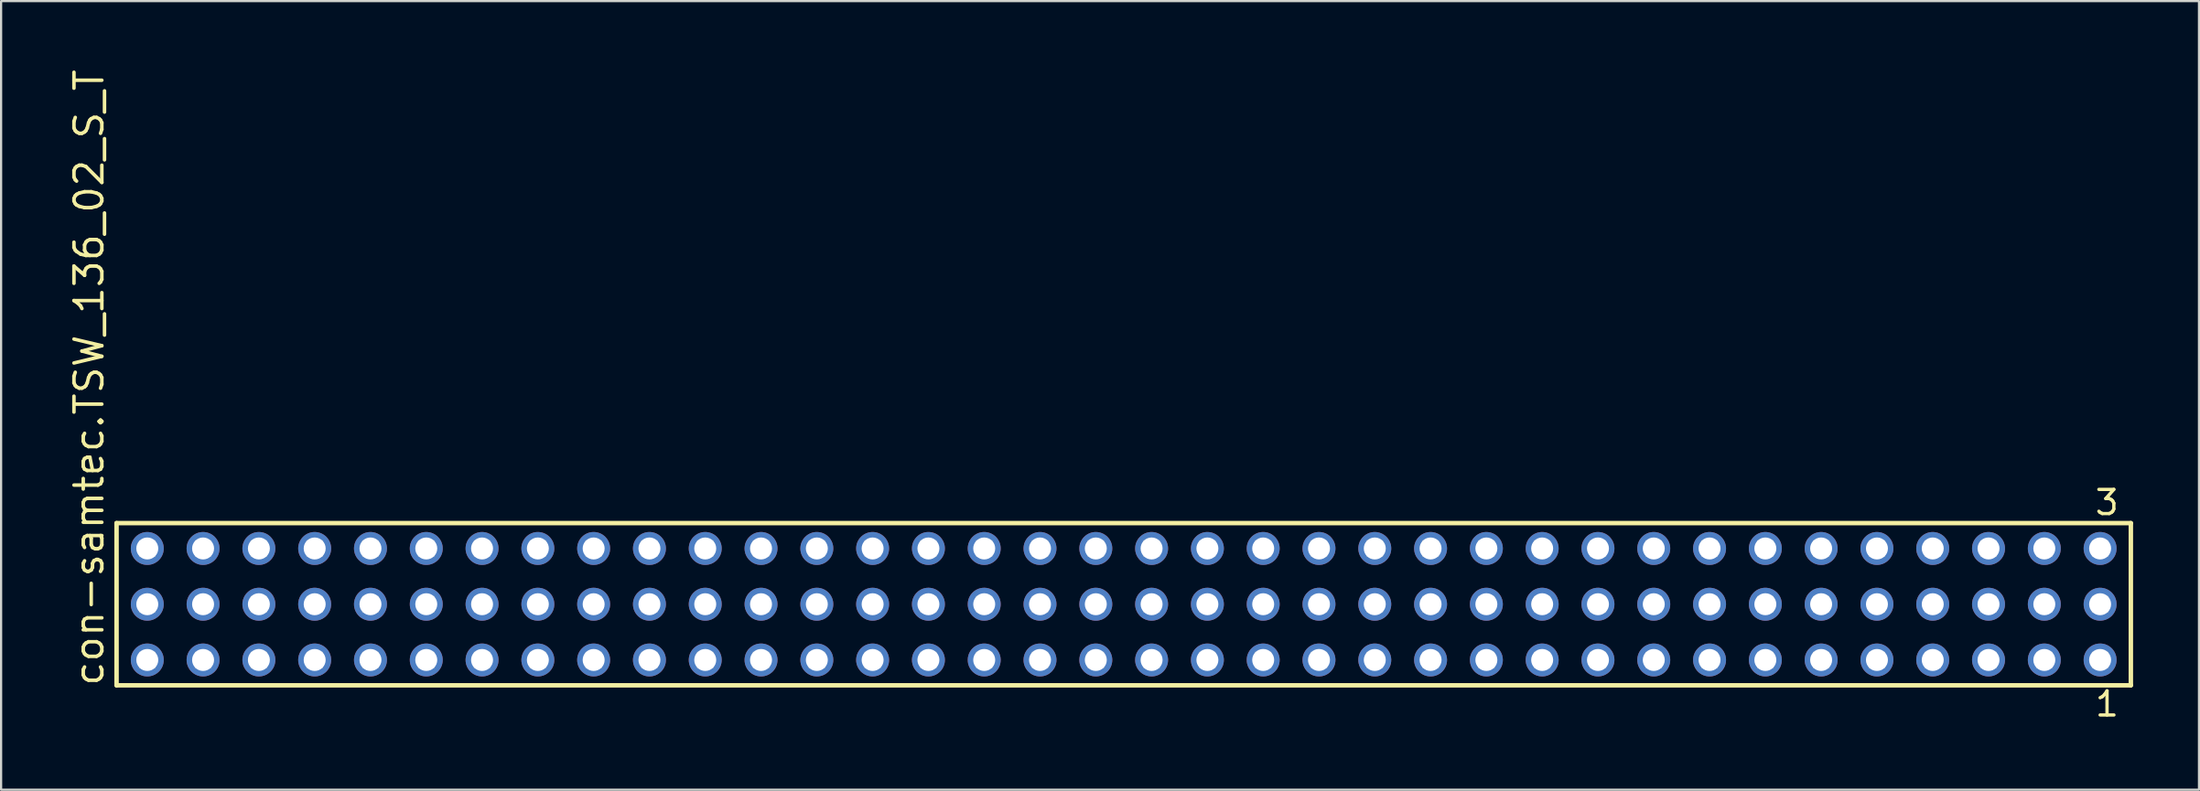
<source format=kicad_pcb>
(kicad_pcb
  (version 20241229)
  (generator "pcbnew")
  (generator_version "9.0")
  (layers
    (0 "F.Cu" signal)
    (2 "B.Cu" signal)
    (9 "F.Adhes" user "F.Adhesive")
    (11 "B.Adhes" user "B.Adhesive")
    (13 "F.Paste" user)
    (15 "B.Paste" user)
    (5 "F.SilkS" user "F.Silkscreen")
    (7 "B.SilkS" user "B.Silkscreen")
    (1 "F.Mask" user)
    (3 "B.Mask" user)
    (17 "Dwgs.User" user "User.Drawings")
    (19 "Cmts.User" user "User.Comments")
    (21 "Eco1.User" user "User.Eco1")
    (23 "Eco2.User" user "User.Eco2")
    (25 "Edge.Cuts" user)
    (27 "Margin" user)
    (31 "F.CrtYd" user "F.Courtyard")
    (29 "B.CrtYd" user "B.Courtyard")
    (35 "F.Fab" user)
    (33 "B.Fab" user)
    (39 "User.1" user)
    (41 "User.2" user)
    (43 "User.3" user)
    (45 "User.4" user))
  (footprint "con-samtec.TSW_136_02_S_T"
    (layer "F.Cu")
    (at 48.105 24.477)
    (property "Reference" "con-samtec.TSW_136_02_S_T" (at -46.355 3.81 90) (layer "F.SilkS") (effects (font (size 1.27 1.27) (thickness 0.16)) (justify left bottom)))
    (attr through_hole)
    (fp_line (start -45.849 -3.695) (end 45.849 -3.695) (stroke (width 0.203) (type default)) (layer "F.SilkS"))
    (fp_line (start -45.849 3.695) (end -45.849 -3.695) (stroke (width 0.203) (type default)) (layer "F.SilkS"))
    (fp_line (start 45.849 -3.695) (end 45.849 3.695) (stroke (width 0.203) (type default)) (layer "F.SilkS"))
    (fp_line (start 45.849 3.695) (end -45.849 3.695) (stroke (width 0.203) (type default)) (layer "F.SilkS"))
    (fp_rect (start -44.8 -2.19) (end -44.1 -2.89) (stroke (width 0.05) (type default)) (fill no) (layer "F.Fab"))
    (fp_rect (start -44.8 0.35) (end -44.1 -0.35) (stroke (width 0.05) (type default)) (fill no) (layer "F.Fab"))
    (fp_rect (start -44.8 2.89) (end -44.1 2.19) (stroke (width 0.05) (type default)) (fill no) (layer "F.Fab"))
    (fp_rect (start -42.26 -2.19) (end -41.56 -2.89) (stroke (width 0.05) (type default)) (fill no) (layer "F.Fab"))
    (fp_rect (start -42.26 0.35) (end -41.56 -0.35) (stroke (width 0.05) (type default)) (fill no) (layer "F.Fab"))
    (fp_rect (start -42.26 2.89) (end -41.56 2.19) (stroke (width 0.05) (type default)) (fill no) (layer "F.Fab"))
    (fp_rect (start -39.72 -2.19) (end -39.02 -2.89) (stroke (width 0.05) (type default)) (fill no) (layer "F.Fab"))
    (fp_rect (start -39.72 0.35) (end -39.02 -0.35) (stroke (width 0.05) (type default)) (fill no) (layer "F.Fab"))
    (fp_rect (start -39.72 2.89) (end -39.02 2.19) (stroke (width 0.05) (type default)) (fill no) (layer "F.Fab"))
    (fp_rect (start -37.18 -2.19) (end -36.48 -2.89) (stroke (width 0.05) (type default)) (fill no) (layer "F.Fab"))
    (fp_rect (start -37.18 0.35) (end -36.48 -0.35) (stroke (width 0.05) (type default)) (fill no) (layer "F.Fab"))
    (fp_rect (start -37.18 2.89) (end -36.48 2.19) (stroke (width 0.05) (type default)) (fill no) (layer "F.Fab"))
    (fp_rect (start -34.64 -2.19) (end -33.94 -2.89) (stroke (width 0.05) (type default)) (fill no) (layer "F.Fab"))
    (fp_rect (start -34.64 0.35) (end -33.94 -0.35) (stroke (width 0.05) (type default)) (fill no) (layer "F.Fab"))
    (fp_rect (start -34.64 2.89) (end -33.94 2.19) (stroke (width 0.05) (type default)) (fill no) (layer "F.Fab"))
    (fp_rect (start -32.1 -2.19) (end -31.4 -2.89) (stroke (width 0.05) (type default)) (fill no) (layer "F.Fab"))
    (fp_rect (start -32.1 0.35) (end -31.4 -0.35) (stroke (width 0.05) (type default)) (fill no) (layer "F.Fab"))
    (fp_rect (start -32.1 2.89) (end -31.4 2.19) (stroke (width 0.05) (type default)) (fill no) (layer "F.Fab"))
    (fp_rect (start -29.56 -2.19) (end -28.86 -2.89) (stroke (width 0.05) (type default)) (fill no) (layer "F.Fab"))
    (fp_rect (start -29.56 0.35) (end -28.86 -0.35) (stroke (width 0.05) (type default)) (fill no) (layer "F.Fab"))
    (fp_rect (start -29.56 2.89) (end -28.86 2.19) (stroke (width 0.05) (type default)) (fill no) (layer "F.Fab"))
    (fp_rect (start -27.02 -2.19) (end -26.32 -2.89) (stroke (width 0.05) (type default)) (fill no) (layer "F.Fab"))
    (fp_rect (start -27.02 0.35) (end -26.32 -0.35) (stroke (width 0.05) (type default)) (fill no) (layer "F.Fab"))
    (fp_rect (start -27.02 2.89) (end -26.32 2.19) (stroke (width 0.05) (type default)) (fill no) (layer "F.Fab"))
    (fp_rect (start -24.48 -2.19) (end -23.78 -2.89) (stroke (width 0.05) (type default)) (fill no) (layer "F.Fab"))
    (fp_rect (start -24.48 0.35) (end -23.78 -0.35) (stroke (width 0.05) (type default)) (fill no) (layer "F.Fab"))
    (fp_rect (start -24.48 2.89) (end -23.78 2.19) (stroke (width 0.05) (type default)) (fill no) (layer "F.Fab"))
    (fp_rect (start -21.94 -2.19) (end -21.24 -2.89) (stroke (width 0.05) (type default)) (fill no) (layer "F.Fab"))
    (fp_rect (start -21.94 0.35) (end -21.24 -0.35) (stroke (width 0.05) (type default)) (fill no) (layer "F.Fab"))
    (fp_rect (start -21.94 2.89) (end -21.24 2.19) (stroke (width 0.05) (type default)) (fill no) (layer "F.Fab"))
    (fp_rect (start -19.4 -2.19) (end -18.7 -2.89) (stroke (width 0.05) (type default)) (fill no) (layer "F.Fab"))
    (fp_rect (start -19.4 0.35) (end -18.7 -0.35) (stroke (width 0.05) (type default)) (fill no) (layer "F.Fab"))
    (fp_rect (start -19.4 2.89) (end -18.7 2.19) (stroke (width 0.05) (type default)) (fill no) (layer "F.Fab"))
    (fp_rect (start -16.86 -2.19) (end -16.16 -2.89) (stroke (width 0.05) (type default)) (fill no) (layer "F.Fab"))
    (fp_rect (start -16.86 0.35) (end -16.16 -0.35) (stroke (width 0.05) (type default)) (fill no) (layer "F.Fab"))
    (fp_rect (start -16.86 2.89) (end -16.16 2.19) (stroke (width 0.05) (type default)) (fill no) (layer "F.Fab"))
    (fp_rect (start -14.32 -2.19) (end -13.62 -2.89) (stroke (width 0.05) (type default)) (fill no) (layer "F.Fab"))
    (fp_rect (start -14.32 0.35) (end -13.62 -0.35) (stroke (width 0.05) (type default)) (fill no) (layer "F.Fab"))
    (fp_rect (start -14.32 2.89) (end -13.62 2.19) (stroke (width 0.05) (type default)) (fill no) (layer "F.Fab"))
    (fp_rect (start -11.78 -2.19) (end -11.08 -2.89) (stroke (width 0.05) (type default)) (fill no) (layer "F.Fab"))
    (fp_rect (start -11.78 0.35) (end -11.08 -0.35) (stroke (width 0.05) (type default)) (fill no) (layer "F.Fab"))
    (fp_rect (start -11.78 2.89) (end -11.08 2.19) (stroke (width 0.05) (type default)) (fill no) (layer "F.Fab"))
    (fp_rect (start -9.24 -2.19) (end -8.54 -2.89) (stroke (width 0.05) (type default)) (fill no) (layer "F.Fab"))
    (fp_rect (start -9.24 0.35) (end -8.54 -0.35) (stroke (width 0.05) (type default)) (fill no) (layer "F.Fab"))
    (fp_rect (start -9.24 2.89) (end -8.54 2.19) (stroke (width 0.05) (type default)) (fill no) (layer "F.Fab"))
    (fp_rect (start -6.7 -2.19) (end -6 -2.89) (stroke (width 0.05) (type default)) (fill no) (layer "F.Fab"))
    (fp_rect (start -6.7 0.35) (end -6 -0.35) (stroke (width 0.05) (type default)) (fill no) (layer "F.Fab"))
    (fp_rect (start -6.7 2.89) (end -6 2.19) (stroke (width 0.05) (type default)) (fill no) (layer "F.Fab"))
    (fp_rect (start -4.16 -2.19) (end -3.46 -2.89) (stroke (width 0.05) (type default)) (fill no) (layer "F.Fab"))
    (fp_rect (start -4.16 0.35) (end -3.46 -0.35) (stroke (width 0.05) (type default)) (fill no) (layer "F.Fab"))
    (fp_rect (start -4.16 2.89) (end -3.46 2.19) (stroke (width 0.05) (type default)) (fill no) (layer "F.Fab"))
    (fp_rect (start -1.62 -2.19) (end -0.92 -2.89) (stroke (width 0.05) (type default)) (fill no) (layer "F.Fab"))
    (fp_rect (start -1.62 0.35) (end -0.92 -0.35) (stroke (width 0.05) (type default)) (fill no) (layer "F.Fab"))
    (fp_rect (start -1.62 2.89) (end -0.92 2.19) (stroke (width 0.05) (type default)) (fill no) (layer "F.Fab"))
    (fp_rect (start 0.92 -2.19) (end 1.62 -2.89) (stroke (width 0.05) (type default)) (fill no) (layer "F.Fab"))
    (fp_rect (start 0.92 0.35) (end 1.62 -0.35) (stroke (width 0.05) (type default)) (fill no) (layer "F.Fab"))
    (fp_rect (start 0.92 2.89) (end 1.62 2.19) (stroke (width 0.05) (type default)) (fill no) (layer "F.Fab"))
    (fp_rect (start 3.46 -2.19) (end 4.16 -2.89) (stroke (width 0.05) (type default)) (fill no) (layer "F.Fab"))
    (fp_rect (start 3.46 0.35) (end 4.16 -0.35) (stroke (width 0.05) (type default)) (fill no) (layer "F.Fab"))
    (fp_rect (start 3.46 2.89) (end 4.16 2.19) (stroke (width 0.05) (type default)) (fill no) (layer "F.Fab"))
    (fp_rect (start 6 -2.19) (end 6.7 -2.89) (stroke (width 0.05) (type default)) (fill no) (layer "F.Fab"))
    (fp_rect (start 6 0.35) (end 6.7 -0.35) (stroke (width 0.05) (type default)) (fill no) (layer "F.Fab"))
    (fp_rect (start 6 2.89) (end 6.7 2.19) (stroke (width 0.05) (type default)) (fill no) (layer "F.Fab"))
    (fp_rect (start 8.54 -2.19) (end 9.24 -2.89) (stroke (width 0.05) (type default)) (fill no) (layer "F.Fab"))
    (fp_rect (start 8.54 0.35) (end 9.24 -0.35) (stroke (width 0.05) (type default)) (fill no) (layer "F.Fab"))
    (fp_rect (start 8.54 2.89) (end 9.24 2.19) (stroke (width 0.05) (type default)) (fill no) (layer "F.Fab"))
    (fp_rect (start 11.08 -2.19) (end 11.78 -2.89) (stroke (width 0.05) (type default)) (fill no) (layer "F.Fab"))
    (fp_rect (start 11.08 0.35) (end 11.78 -0.35) (stroke (width 0.05) (type default)) (fill no) (layer "F.Fab"))
    (fp_rect (start 11.08 2.89) (end 11.78 2.19) (stroke (width 0.05) (type default)) (fill no) (layer "F.Fab"))
    (fp_rect (start 13.62 -2.19) (end 14.32 -2.89) (stroke (width 0.05) (type default)) (fill no) (layer "F.Fab"))
    (fp_rect (start 13.62 0.35) (end 14.32 -0.35) (stroke (width 0.05) (type default)) (fill no) (layer "F.Fab"))
    (fp_rect (start 13.62 2.89) (end 14.32 2.19) (stroke (width 0.05) (type default)) (fill no) (layer "F.Fab"))
    (fp_rect (start 16.16 -2.19) (end 16.86 -2.89) (stroke (width 0.05) (type default)) (fill no) (layer "F.Fab"))
    (fp_rect (start 16.16 0.35) (end 16.86 -0.35) (stroke (width 0.05) (type default)) (fill no) (layer "F.Fab"))
    (fp_rect (start 16.16 2.89) (end 16.86 2.19) (stroke (width 0.05) (type default)) (fill no) (layer "F.Fab"))
    (fp_rect (start 18.7 -2.19) (end 19.4 -2.89) (stroke (width 0.05) (type default)) (fill no) (layer "F.Fab"))
    (fp_rect (start 18.7 0.35) (end 19.4 -0.35) (stroke (width 0.05) (type default)) (fill no) (layer "F.Fab"))
    (fp_rect (start 18.7 2.89) (end 19.4 2.19) (stroke (width 0.05) (type default)) (fill no) (layer "F.Fab"))
    (fp_rect (start 21.24 -2.19) (end 21.94 -2.89) (stroke (width 0.05) (type default)) (fill no) (layer "F.Fab"))
    (fp_rect (start 21.24 0.35) (end 21.94 -0.35) (stroke (width 0.05) (type default)) (fill no) (layer "F.Fab"))
    (fp_rect (start 21.24 2.89) (end 21.94 2.19) (stroke (width 0.05) (type default)) (fill no) (layer "F.Fab"))
    (fp_rect (start 23.78 -2.19) (end 24.48 -2.89) (stroke (width 0.05) (type default)) (fill no) (layer "F.Fab"))
    (fp_rect (start 23.78 0.35) (end 24.48 -0.35) (stroke (width 0.05) (type default)) (fill no) (layer "F.Fab"))
    (fp_rect (start 23.78 2.89) (end 24.48 2.19) (stroke (width 0.05) (type default)) (fill no) (layer "F.Fab"))
    (fp_rect (start 26.32 -2.19) (end 27.02 -2.89) (stroke (width 0.05) (type default)) (fill no) (layer "F.Fab"))
    (fp_rect (start 26.32 0.35) (end 27.02 -0.35) (stroke (width 0.05) (type default)) (fill no) (layer "F.Fab"))
    (fp_rect (start 26.32 2.89) (end 27.02 2.19) (stroke (width 0.05) (type default)) (fill no) (layer "F.Fab"))
    (fp_rect (start 28.86 -2.19) (end 29.56 -2.89) (stroke (width 0.05) (type default)) (fill no) (layer "F.Fab"))
    (fp_rect (start 28.86 0.35) (end 29.56 -0.35) (stroke (width 0.05) (type default)) (fill no) (layer "F.Fab"))
    (fp_rect (start 28.86 2.89) (end 29.56 2.19) (stroke (width 0.05) (type default)) (fill no) (layer "F.Fab"))
    (fp_rect (start 31.4 -2.19) (end 32.1 -2.89) (stroke (width 0.05) (type default)) (fill no) (layer "F.Fab"))
    (fp_rect (start 31.4 0.35) (end 32.1 -0.35) (stroke (width 0.05) (type default)) (fill no) (layer "F.Fab"))
    (fp_rect (start 31.4 2.89) (end 32.1 2.19) (stroke (width 0.05) (type default)) (fill no) (layer "F.Fab"))
    (fp_rect (start 33.94 -2.19) (end 34.64 -2.89) (stroke (width 0.05) (type default)) (fill no) (layer "F.Fab"))
    (fp_rect (start 33.94 0.35) (end 34.64 -0.35) (stroke (width 0.05) (type default)) (fill no) (layer "F.Fab"))
    (fp_rect (start 33.94 2.89) (end 34.64 2.19) (stroke (width 0.05) (type default)) (fill no) (layer "F.Fab"))
    (fp_rect (start 36.48 -2.19) (end 37.18 -2.89) (stroke (width 0.05) (type default)) (fill no) (layer "F.Fab"))
    (fp_rect (start 36.48 0.35) (end 37.18 -0.35) (stroke (width 0.05) (type default)) (fill no) (layer "F.Fab"))
    (fp_rect (start 36.48 2.89) (end 37.18 2.19) (stroke (width 0.05) (type default)) (fill no) (layer "F.Fab"))
    (fp_rect (start 39.02 -2.19) (end 39.72 -2.89) (stroke (width 0.05) (type default)) (fill no) (layer "F.Fab"))
    (fp_rect (start 39.02 0.35) (end 39.72 -0.35) (stroke (width 0.05) (type default)) (fill no) (layer "F.Fab"))
    (fp_rect (start 39.02 2.89) (end 39.72 2.19) (stroke (width 0.05) (type default)) (fill no) (layer "F.Fab"))
    (fp_rect (start 41.56 -2.19) (end 42.26 -2.89) (stroke (width 0.05) (type default)) (fill no) (layer "F.Fab"))
    (fp_rect (start 41.56 0.35) (end 42.26 -0.35) (stroke (width 0.05) (type default)) (fill no) (layer "F.Fab"))
    (fp_rect (start 41.56 2.89) (end 42.26 2.19) (stroke (width 0.05) (type default)) (fill no) (layer "F.Fab"))
    (fp_rect (start 44.1 -2.19) (end 44.8 -2.89) (stroke (width 0.05) (type default)) (fill no) (layer "F.Fab"))
    (fp_rect (start 44.1 0.35) (end 44.8 -0.35) (stroke (width 0.05) (type default)) (fill no) (layer "F.Fab"))
    (fp_rect (start 44.1 2.89) (end 44.8 2.19) (stroke (width 0.05) (type default)) (fill no) (layer "F.Fab"))
    (fp_text user "3" (at 44.138 -3.989 0) (layer "F.SilkS") (effects (font (size 1.1 1.1) (thickness 0.15)) (justify left bottom)))
    (fp_text user "1" (at 44.142 5.188 0) (layer "F.SilkS") (effects (font (size 1.1 1.1) (thickness 0.15)) (justify left bottom)))
    (pad "1" thru_hole circle (at 44.45 2.54 180) (size 1.5 1.5) (drill 1) (layers "*.Cu" "*.Mask"))
    (pad "2" thru_hole circle (at 44.45 0 180) (size 1.5 1.5) (drill 1) (layers "*.Cu" "*.Mask"))
    (pad "3" thru_hole circle (at 44.45 -2.54 180) (size 1.5 1.5) (drill 1) (layers "*.Cu" "*.Mask"))
    (pad "4" thru_hole circle (at 41.91 2.54 180) (size 1.5 1.5) (drill 1) (layers "*.Cu" "*.Mask"))
    (pad "5" thru_hole circle (at 41.91 0 180) (size 1.5 1.5) (drill 1) (layers "*.Cu" "*.Mask"))
    (pad "6" thru_hole circle (at 41.91 -2.54 180) (size 1.5 1.5) (drill 1) (layers "*.Cu" "*.Mask"))
    (pad "7" thru_hole circle (at 39.37 2.54 180) (size 1.5 1.5) (drill 1) (layers "*.Cu" "*.Mask"))
    (pad "8" thru_hole circle (at 39.37 0 180) (size 1.5 1.5) (drill 1) (layers "*.Cu" "*.Mask"))
    (pad "9" thru_hole circle (at 39.37 -2.54 180) (size 1.5 1.5) (drill 1) (layers "*.Cu" "*.Mask"))
    (pad "10" thru_hole circle (at 36.83 2.54 180) (size 1.5 1.5) (drill 1) (layers "*.Cu" "*.Mask"))
    (pad "11" thru_hole circle (at 36.83 0 180) (size 1.5 1.5) (drill 1) (layers "*.Cu" "*.Mask"))
    (pad "12" thru_hole circle (at 36.83 -2.54 180) (size 1.5 1.5) (drill 1) (layers "*.Cu" "*.Mask"))
    (pad "13" thru_hole circle (at 34.29 2.54 180) (size 1.5 1.5) (drill 1) (layers "*.Cu" "*.Mask"))
    (pad "14" thru_hole circle (at 34.29 0 180) (size 1.5 1.5) (drill 1) (layers "*.Cu" "*.Mask"))
    (pad "15" thru_hole circle (at 34.29 -2.54 180) (size 1.5 1.5) (drill 1) (layers "*.Cu" "*.Mask"))
    (pad "16" thru_hole circle (at 31.75 2.54 180) (size 1.5 1.5) (drill 1) (layers "*.Cu" "*.Mask"))
    (pad "17" thru_hole circle (at 31.75 0 180) (size 1.5 1.5) (drill 1) (layers "*.Cu" "*.Mask"))
    (pad "18" thru_hole circle (at 31.75 -2.54 180) (size 1.5 1.5) (drill 1) (layers "*.Cu" "*.Mask"))
    (pad "19" thru_hole circle (at 29.21 2.54 180) (size 1.5 1.5) (drill 1) (layers "*.Cu" "*.Mask"))
    (pad "20" thru_hole circle (at 29.21 0 180) (size 1.5 1.5) (drill 1) (layers "*.Cu" "*.Mask"))
    (pad "21" thru_hole circle (at 29.21 -2.54 180) (size 1.5 1.5) (drill 1) (layers "*.Cu" "*.Mask"))
    (pad "22" thru_hole circle (at 26.67 2.54 180) (size 1.5 1.5) (drill 1) (layers "*.Cu" "*.Mask"))
    (pad "23" thru_hole circle (at 26.67 0 180) (size 1.5 1.5) (drill 1) (layers "*.Cu" "*.Mask"))
    (pad "24" thru_hole circle (at 26.67 -2.54 180) (size 1.5 1.5) (drill 1) (layers "*.Cu" "*.Mask"))
    (pad "25" thru_hole circle (at 24.13 2.54 180) (size 1.5 1.5) (drill 1) (layers "*.Cu" "*.Mask"))
    (pad "26" thru_hole circle (at 24.13 0 180) (size 1.5 1.5) (drill 1) (layers "*.Cu" "*.Mask"))
    (pad "27" thru_hole circle (at 24.13 -2.54 180) (size 1.5 1.5) (drill 1) (layers "*.Cu" "*.Mask"))
    (pad "28" thru_hole circle (at 21.59 2.54 180) (size 1.5 1.5) (drill 1) (layers "*.Cu" "*.Mask"))
    (pad "29" thru_hole circle (at 21.59 0 180) (size 1.5 1.5) (drill 1) (layers "*.Cu" "*.Mask"))
    (pad "30" thru_hole circle (at 21.59 -2.54 180) (size 1.5 1.5) (drill 1) (layers "*.Cu" "*.Mask"))
    (pad "31" thru_hole circle (at 19.05 2.54 180) (size 1.5 1.5) (drill 1) (layers "*.Cu" "*.Mask"))
    (pad "32" thru_hole circle (at 19.05 0 180) (size 1.5 1.5) (drill 1) (layers "*.Cu" "*.Mask"))
    (pad "33" thru_hole circle (at 19.05 -2.54 180) (size 1.5 1.5) (drill 1) (layers "*.Cu" "*.Mask"))
    (pad "34" thru_hole circle (at 16.51 2.54 180) (size 1.5 1.5) (drill 1) (layers "*.Cu" "*.Mask"))
    (pad "35" thru_hole circle (at 16.51 0 180) (size 1.5 1.5) (drill 1) (layers "*.Cu" "*.Mask"))
    (pad "36" thru_hole circle (at 16.51 -2.54 180) (size 1.5 1.5) (drill 1) (layers "*.Cu" "*.Mask"))
    (pad "37" thru_hole circle (at 13.97 2.54 180) (size 1.5 1.5) (drill 1) (layers "*.Cu" "*.Mask"))
    (pad "38" thru_hole circle (at 13.97 0 180) (size 1.5 1.5) (drill 1) (layers "*.Cu" "*.Mask"))
    (pad "39" thru_hole circle (at 13.97 -2.54 180) (size 1.5 1.5) (drill 1) (layers "*.Cu" "*.Mask"))
    (pad "40" thru_hole circle (at 11.43 2.54 180) (size 1.5 1.5) (drill 1) (layers "*.Cu" "*.Mask"))
    (pad "41" thru_hole circle (at 11.43 0 180) (size 1.5 1.5) (drill 1) (layers "*.Cu" "*.Mask"))
    (pad "42" thru_hole circle (at 11.43 -2.54 180) (size 1.5 1.5) (drill 1) (layers "*.Cu" "*.Mask"))
    (pad "43" thru_hole circle (at 8.89 2.54 180) (size 1.5 1.5) (drill 1) (layers "*.Cu" "*.Mask"))
    (pad "44" thru_hole circle (at 8.89 0 180) (size 1.5 1.5) (drill 1) (layers "*.Cu" "*.Mask"))
    (pad "45" thru_hole circle (at 8.89 -2.54 180) (size 1.5 1.5) (drill 1) (layers "*.Cu" "*.Mask"))
    (pad "46" thru_hole circle (at 6.35 2.54 180) (size 1.5 1.5) (drill 1) (layers "*.Cu" "*.Mask"))
    (pad "47" thru_hole circle (at 6.35 0 180) (size 1.5 1.5) (drill 1) (layers "*.Cu" "*.Mask"))
    (pad "48" thru_hole circle (at 6.35 -2.54 180) (size 1.5 1.5) (drill 1) (layers "*.Cu" "*.Mask"))
    (pad "49" thru_hole circle (at 3.81 2.54 180) (size 1.5 1.5) (drill 1) (layers "*.Cu" "*.Mask"))
    (pad "50" thru_hole circle (at 3.81 0 180) (size 1.5 1.5) (drill 1) (layers "*.Cu" "*.Mask"))
    (pad "51" thru_hole circle (at 3.81 -2.54 180) (size 1.5 1.5) (drill 1) (layers "*.Cu" "*.Mask"))
    (pad "52" thru_hole circle (at 1.27 2.54 180) (size 1.5 1.5) (drill 1) (layers "*.Cu" "*.Mask"))
    (pad "53" thru_hole circle (at 1.27 0 180) (size 1.5 1.5) (drill 1) (layers "*.Cu" "*.Mask"))
    (pad "54" thru_hole circle (at 1.27 -2.54 180) (size 1.5 1.5) (drill 1) (layers "*.Cu" "*.Mask"))
    (pad "55" thru_hole circle (at -1.27 2.54 180) (size 1.5 1.5) (drill 1) (layers "*.Cu" "*.Mask"))
    (pad "56" thru_hole circle (at -1.27 0 180) (size 1.5 1.5) (drill 1) (layers "*.Cu" "*.Mask"))
    (pad "57" thru_hole circle (at -1.27 -2.54 180) (size 1.5 1.5) (drill 1) (layers "*.Cu" "*.Mask"))
    (pad "58" thru_hole circle (at -3.81 2.54 180) (size 1.5 1.5) (drill 1) (layers "*.Cu" "*.Mask"))
    (pad "59" thru_hole circle (at -3.81 0 180) (size 1.5 1.5) (drill 1) (layers "*.Cu" "*.Mask"))
    (pad "60" thru_hole circle (at -3.81 -2.54 180) (size 1.5 1.5) (drill 1) (layers "*.Cu" "*.Mask"))
    (pad "61" thru_hole circle (at -6.35 2.54 180) (size 1.5 1.5) (drill 1) (layers "*.Cu" "*.Mask"))
    (pad "62" thru_hole circle (at -6.35 0 180) (size 1.5 1.5) (drill 1) (layers "*.Cu" "*.Mask"))
    (pad "63" thru_hole circle (at -6.35 -2.54 180) (size 1.5 1.5) (drill 1) (layers "*.Cu" "*.Mask"))
    (pad "64" thru_hole circle (at -8.89 2.54 180) (size 1.5 1.5) (drill 1) (layers "*.Cu" "*.Mask"))
    (pad "65" thru_hole circle (at -8.89 0 180) (size 1.5 1.5) (drill 1) (layers "*.Cu" "*.Mask"))
    (pad "66" thru_hole circle (at -8.89 -2.54 180) (size 1.5 1.5) (drill 1) (layers "*.Cu" "*.Mask"))
    (pad "67" thru_hole circle (at -11.43 2.54 180) (size 1.5 1.5) (drill 1) (layers "*.Cu" "*.Mask"))
    (pad "68" thru_hole circle (at -11.43 0 180) (size 1.5 1.5) (drill 1) (layers "*.Cu" "*.Mask"))
    (pad "69" thru_hole circle (at -11.43 -2.54 180) (size 1.5 1.5) (drill 1) (layers "*.Cu" "*.Mask"))
    (pad "70" thru_hole circle (at -13.97 2.54 180) (size 1.5 1.5) (drill 1) (layers "*.Cu" "*.Mask"))
    (pad "71" thru_hole circle (at -13.97 0 180) (size 1.5 1.5) (drill 1) (layers "*.Cu" "*.Mask"))
    (pad "72" thru_hole circle (at -13.97 -2.54 180) (size 1.5 1.5) (drill 1) (layers "*.Cu" "*.Mask"))
    (pad "73" thru_hole circle (at -16.51 2.54 180) (size 1.5 1.5) (drill 1) (layers "*.Cu" "*.Mask"))
    (pad "74" thru_hole circle (at -16.51 0 180) (size 1.5 1.5) (drill 1) (layers "*.Cu" "*.Mask"))
    (pad "75" thru_hole circle (at -16.51 -2.54 180) (size 1.5 1.5) (drill 1) (layers "*.Cu" "*.Mask"))
    (pad "76" thru_hole circle (at -19.05 2.54 180) (size 1.5 1.5) (drill 1) (layers "*.Cu" "*.Mask"))
    (pad "77" thru_hole circle (at -19.05 0 180) (size 1.5 1.5) (drill 1) (layers "*.Cu" "*.Mask"))
    (pad "78" thru_hole circle (at -19.05 -2.54 180) (size 1.5 1.5) (drill 1) (layers "*.Cu" "*.Mask"))
    (pad "79" thru_hole circle (at -21.59 2.54 180) (size 1.5 1.5) (drill 1) (layers "*.Cu" "*.Mask"))
    (pad "80" thru_hole circle (at -21.59 0 180) (size 1.5 1.5) (drill 1) (layers "*.Cu" "*.Mask"))
    (pad "81" thru_hole circle (at -21.59 -2.54 180) (size 1.5 1.5) (drill 1) (layers "*.Cu" "*.Mask"))
    (pad "82" thru_hole circle (at -24.13 2.54 180) (size 1.5 1.5) (drill 1) (layers "*.Cu" "*.Mask"))
    (pad "83" thru_hole circle (at -24.13 0 180) (size 1.5 1.5) (drill 1) (layers "*.Cu" "*.Mask"))
    (pad "84" thru_hole circle (at -24.13 -2.54 180) (size 1.5 1.5) (drill 1) (layers "*.Cu" "*.Mask"))
    (pad "85" thru_hole circle (at -26.67 2.54 180) (size 1.5 1.5) (drill 1) (layers "*.Cu" "*.Mask"))
    (pad "86" thru_hole circle (at -26.67 0 180) (size 1.5 1.5) (drill 1) (layers "*.Cu" "*.Mask"))
    (pad "87" thru_hole circle (at -26.67 -2.54 180) (size 1.5 1.5) (drill 1) (layers "*.Cu" "*.Mask"))
    (pad "88" thru_hole circle (at -29.21 2.54 180) (size 1.5 1.5) (drill 1) (layers "*.Cu" "*.Mask"))
    (pad "89" thru_hole circle (at -29.21 0 180) (size 1.5 1.5) (drill 1) (layers "*.Cu" "*.Mask"))
    (pad "90" thru_hole circle (at -29.21 -2.54 180) (size 1.5 1.5) (drill 1) (layers "*.Cu" "*.Mask"))
    (pad "91" thru_hole circle (at -31.75 2.54 180) (size 1.5 1.5) (drill 1) (layers "*.Cu" "*.Mask"))
    (pad "92" thru_hole circle (at -31.75 0 180) (size 1.5 1.5) (drill 1) (layers "*.Cu" "*.Mask"))
    (pad "93" thru_hole circle (at -31.75 -2.54 180) (size 1.5 1.5) (drill 1) (layers "*.Cu" "*.Mask"))
    (pad "94" thru_hole circle (at -34.29 2.54 180) (size 1.5 1.5) (drill 1) (layers "*.Cu" "*.Mask"))
    (pad "95" thru_hole circle (at -34.29 0 180) (size 1.5 1.5) (drill 1) (layers "*.Cu" "*.Mask"))
    (pad "96" thru_hole circle (at -34.29 -2.54 180) (size 1.5 1.5) (drill 1) (layers "*.Cu" "*.Mask"))
    (pad "97" thru_hole circle (at -36.83 2.54 180) (size 1.5 1.5) (drill 1) (layers "*.Cu" "*.Mask"))
    (pad "98" thru_hole circle (at -36.83 0 180) (size 1.5 1.5) (drill 1) (layers "*.Cu" "*.Mask"))
    (pad "99" thru_hole circle (at -36.83 -2.54 180) (size 1.5 1.5) (drill 1) (layers "*.Cu" "*.Mask"))
    (pad "100" thru_hole circle (at -39.37 2.54 180) (size 1.5 1.5) (drill 1) (layers "*.Cu" "*.Mask"))
    (pad "101" thru_hole circle (at -39.37 0 180) (size 1.5 1.5) (drill 1) (layers "*.Cu" "*.Mask"))
    (pad "102" thru_hole circle (at -39.37 -2.54 180) (size 1.5 1.5) (drill 1) (layers "*.Cu" "*.Mask"))
    (pad "103" thru_hole circle (at -41.91 2.54 180) (size 1.5 1.5) (drill 1) (layers "*.Cu" "*.Mask"))
    (pad "104" thru_hole circle (at -41.91 0 180) (size 1.5 1.5) (drill 1) (layers "*.Cu" "*.Mask"))
    (pad "105" thru_hole circle (at -41.91 -2.54 180) (size 1.5 1.5) (drill 1) (layers "*.Cu" "*.Mask"))
    (pad "106" thru_hole circle (at -44.45 2.54 180) (size 1.5 1.5) (drill 1) (layers "*.Cu" "*.Mask"))
    (pad "107" thru_hole circle (at -44.45 0 180) (size 1.5 1.5) (drill 1) (layers "*.Cu" "*.Mask"))
    (pad "108" thru_hole circle (at -44.45 -2.54 180) (size 1.5 1.5) (drill 1) (layers "*.Cu" "*.Mask")))
  (gr_rect
    (start -3 -3)
    (end 97.056 32.928)
    (stroke (width 0.1) (type default))
    (fill no)
    (layer "Edge.Cuts")))
</source>
